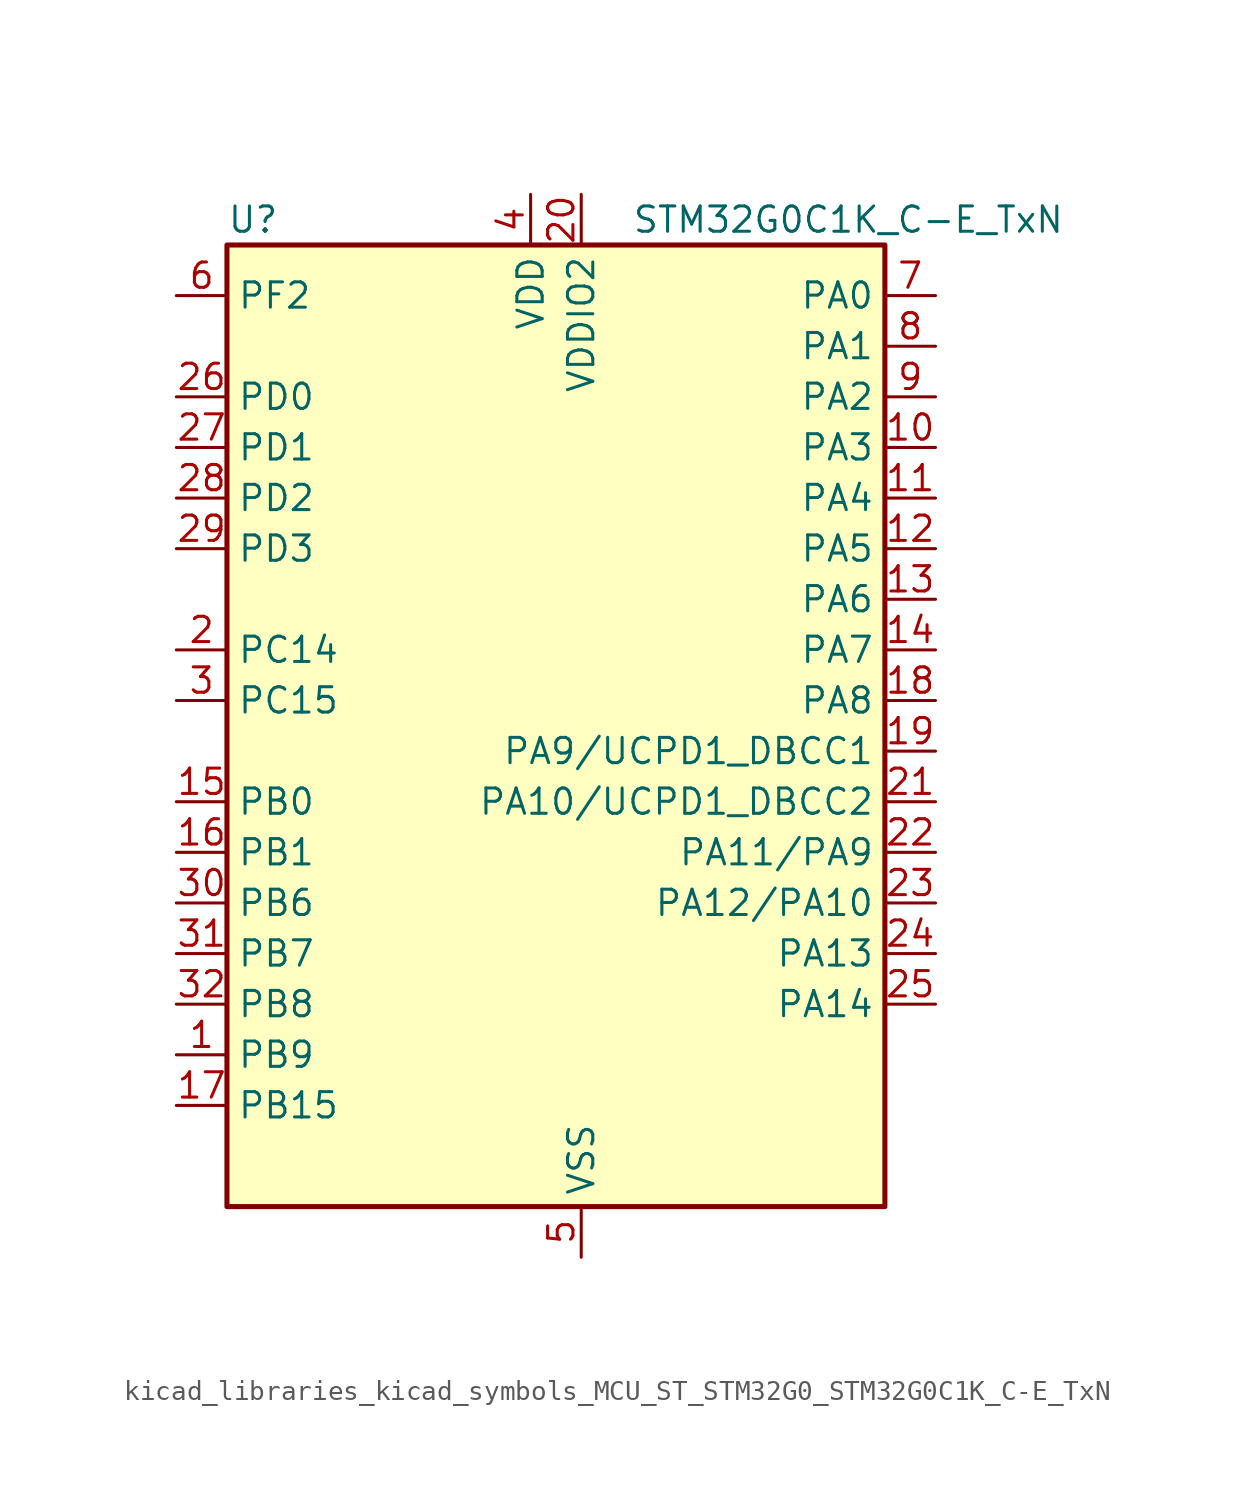
<source format=kicad_sym>
(kicad_symbol_lib
  (version 20220914)
  (generator kicad_symbol_editor)
  (symbol "kicad_libraries_kicad_symbols_MCU_ST_STM32G0_STM32G0C1K_C-E_TxN"
    (property "Reference" "U"
      (at -15.24 26.67 0)
      (effects (font (size 1.27 1.27)) (justify left)))
    (property "Value" "STM32G0C1K_C-E_TxN"
      (at 5.08 26.67 0)
      (effects (font (size 1.27 1.27)) (justify left)))
    (property "ki_locked" ""
      (at 0 0 0)
      (effects (font (size 1.27 1.27))))
    (symbol "kicad_libraries_kicad_symbols_MCU_ST_STM32G0_STM32G0C1K_C-E_TxN_0_1"
      (rectangle (start -15.24 -22.86) (end 17.78 25.4) (stroke (width 0.254) (type default)) (fill (type background))))
    (symbol "kicad_libraries_kicad_symbols_MCU_ST_STM32G0_STM32G0C1K_C-E_TxN_1_1"
      (pin bidirectional line (at -17.78 -15.24 0) (length 2.54) (name "PB9" (effects (font (size 1.27 1.27)))) (number "1" (effects (font (size 1.27 1.27)))) (alternate "DAC1_EXTI9" bidirectional line) (alternate "FDCAN1_TX" bidirectional line) (alternate "I2C1_SDA" bidirectional line) (alternate "I2S2_WS" bidirectional line) (alternate "IR_OUT" bidirectional line) (alternate "SPI2_NSS" bidirectional line) (alternate "TIM17_CH1" bidirectional line) (alternate "TIM4_CH4" bidirectional line) (alternate "UCPD2_FRSTX1" bidirectional line) (alternate "UCPD2_FRSTX2" bidirectional line) (alternate "USART3_RX" bidirectional line) (alternate "USART6_RX" bidirectional line))
      (pin bidirectional line (at 20.32 15.24 180) (length 2.54) (name "PA3" (effects (font (size 1.27 1.27)))) (number "10" (effects (font (size 1.27 1.27)))) (alternate "ADC1_IN3" bidirectional line) (alternate "COMP2_INP" bidirectional line) (alternate "I2S2_MCK" bidirectional line) (alternate "LPUART1_RX" bidirectional line) (alternate "SPI2_MISO" bidirectional line) (alternate "TIM15_CH2" bidirectional line) (alternate "TIM2_CH4" bidirectional line) (alternate "UCPD2_FRSTX1" bidirectional line) (alternate "UCPD2_FRSTX2" bidirectional line) (alternate "USART2_RX" bidirectional line))
      (pin bidirectional line (at 20.32 12.7 180) (length 2.54) (name "PA4" (effects (font (size 1.27 1.27)))) (number "11" (effects (font (size 1.27 1.27)))) (alternate "ADC1_IN4" bidirectional line) (alternate "DAC1_OUT1" bidirectional line) (alternate "I2S1_WS" bidirectional line) (alternate "I2S2_SD" bidirectional line) (alternate "LPTIM2_OUT" bidirectional line) (alternate "RTC_OUT1" bidirectional line) (alternate "RTC_TAMP_IN1" bidirectional line) (alternate "RTC_TS" bidirectional line) (alternate "SPI1_NSS" bidirectional line) (alternate "SPI2_MOSI" bidirectional line) (alternate "SYS_WKUP2" bidirectional line) (alternate "TIM14_CH1" bidirectional line) (alternate "UCPD2_FRSTX1" bidirectional line) (alternate "UCPD2_FRSTX2" bidirectional line) (alternate "USART6_TX" bidirectional line) (alternate "USB_NOE" bidirectional line))
      (pin bidirectional line (at 20.32 10.16 180) (length 2.54) (name "PA5" (effects (font (size 1.27 1.27)))) (number "12" (effects (font (size 1.27 1.27)))) (alternate "ADC1_IN5" bidirectional line) (alternate "CEC" bidirectional line) (alternate "DAC1_OUT2" bidirectional line) (alternate "I2S1_CK" bidirectional line) (alternate "LPTIM2_ETR" bidirectional line) (alternate "SPI1_SCK" bidirectional line) (alternate "TIM2_CH1" bidirectional line) (alternate "TIM2_ETR" bidirectional line) (alternate "UCPD1_FRSTX1" bidirectional line) (alternate "UCPD1_FRSTX2" bidirectional line) (alternate "USART3_TX" bidirectional line) (alternate "USART6_RX" bidirectional line))
      (pin bidirectional line (at 20.32 7.62 180) (length 2.54) (name "PA6" (effects (font (size 1.27 1.27)))) (number "13" (effects (font (size 1.27 1.27)))) (alternate "ADC1_IN6" bidirectional line) (alternate "COMP1_OUT" bidirectional line) (alternate "I2C2_SDA" bidirectional line) (alternate "I2C3_SDA" bidirectional line) (alternate "I2S1_MCK" bidirectional line) (alternate "LPUART1_CTS" bidirectional line) (alternate "SPI1_MISO" bidirectional line) (alternate "TIM16_CH1" bidirectional line) (alternate "TIM1_BK" bidirectional line) (alternate "TIM3_CH1" bidirectional line) (alternate "USART3_CTS" bidirectional line) (alternate "USART3_NSS" bidirectional line) (alternate "USART6_CTS" bidirectional line) (alternate "USART6_NSS" bidirectional line))
      (pin bidirectional line (at 20.32 5.08 180) (length 2.54) (name "PA7" (effects (font (size 1.27 1.27)))) (number "14" (effects (font (size 1.27 1.27)))) (alternate "ADC1_IN7" bidirectional line) (alternate "COMP2_OUT" bidirectional line) (alternate "I2C2_SCL" bidirectional line) (alternate "I2C3_SCL" bidirectional line) (alternate "I2S1_SD" bidirectional line) (alternate "SPI1_MOSI" bidirectional line) (alternate "TIM14_CH1" bidirectional line) (alternate "TIM17_CH1" bidirectional line) (alternate "TIM1_CH1N" bidirectional line) (alternate "TIM3_CH2" bidirectional line) (alternate "UCPD1_FRSTX1" bidirectional line) (alternate "UCPD1_FRSTX2" bidirectional line) (alternate "USART6_CK" bidirectional line) (alternate "USART6_DE" bidirectional line) (alternate "USART6_RTS" bidirectional line))
      (pin bidirectional line (at -17.78 -2.54 0) (length 2.54) (name "PB0" (effects (font (size 1.27 1.27)))) (number "15" (effects (font (size 1.27 1.27)))) (alternate "ADC1_IN8" bidirectional line) (alternate "COMP1_OUT" bidirectional line) (alternate "COMP3_INP" bidirectional line) (alternate "FDCAN2_RX" bidirectional line) (alternate "I2S1_WS" bidirectional line) (alternate "LPTIM1_OUT" bidirectional line) (alternate "LPUART2_CTS" bidirectional line) (alternate "SPI1_NSS" bidirectional line) (alternate "TIM1_CH2N" bidirectional line) (alternate "TIM3_CH3" bidirectional line) (alternate "UCPD1_FRSTX1" bidirectional line) (alternate "UCPD1_FRSTX2" bidirectional line) (alternate "USART3_RX" bidirectional line) (alternate "USART5_TX" bidirectional line))
      (pin bidirectional line (at -17.78 -5.08 0) (length 2.54) (name "PB1" (effects (font (size 1.27 1.27)))) (number "16" (effects (font (size 1.27 1.27)))) (alternate "ADC1_IN9" bidirectional line) (alternate "COMP1_INM" bidirectional line) (alternate "COMP3_OUT" bidirectional line) (alternate "FDCAN2_TX" bidirectional line) (alternate "LPTIM2_IN1" bidirectional line) (alternate "LPUART1_DE" bidirectional line) (alternate "LPUART1_RTS" bidirectional line) (alternate "LPUART2_DE" bidirectional line) (alternate "LPUART2_RTS" bidirectional line) (alternate "TIM14_CH1" bidirectional line) (alternate "TIM1_CH3N" bidirectional line) (alternate "TIM3_CH4" bidirectional line) (alternate "USART3_CK" bidirectional line) (alternate "USART3_DE" bidirectional line) (alternate "USART3_RTS" bidirectional line) (alternate "USART5_RX" bidirectional line))
      (pin bidirectional line (at -17.78 -17.78 0) (length 2.54) (name "PB15" (effects (font (size 1.27 1.27)))) (number "17" (effects (font (size 1.27 1.27)))) (alternate "I2S2_SD" bidirectional line) (alternate "RTC_REFIN" bidirectional line) (alternate "SPI2_MOSI" bidirectional line) (alternate "TIM15_CH1N" bidirectional line) (alternate "TIM15_CH2" bidirectional line) (alternate "TIM1_CH3N" bidirectional line) (alternate "UCPD1_CC2" bidirectional line) (alternate "USART6_CTS" bidirectional line) (alternate "USART6_NSS" bidirectional line))
      (pin bidirectional line (at 20.32 2.54 180) (length 2.54) (name "PA8" (effects (font (size 1.27 1.27)))) (number "18" (effects (font (size 1.27 1.27)))) (alternate "CRS1_SYNC" bidirectional line) (alternate "I2C2_SMBA" bidirectional line) (alternate "I2S2_WS" bidirectional line) (alternate "LPTIM2_OUT" bidirectional line) (alternate "RCC_MCO" bidirectional line) (alternate "SPI2_NSS" bidirectional line) (alternate "TIM1_CH1" bidirectional line) (alternate "UCPD1_CC1" bidirectional line))
      (pin bidirectional line (at 20.32 0 180) (length 2.54) (name "PA9/UCPD1_DBCC1" (effects (font (size 1.27 1.27)))) (number "19" (effects (font (size 1.27 1.27)))) (alternate "DAC1_EXTI9" bidirectional line) (alternate "I2C1_SCL" bidirectional line) (alternate "I2C2_SCL" bidirectional line) (alternate "I2S2_MCK" bidirectional line) (alternate "RCC_MCO" bidirectional line) (alternate "SPI2_MISO" bidirectional line) (alternate "TIM15_BK" bidirectional line) (alternate "TIM1_CH2" bidirectional line) (alternate "UCPD1_DBCC1" bidirectional line) (alternate "USART1_TX" bidirectional line))
      (pin bidirectional line (at -17.78 5.08 0) (length 2.54) (name "PC14" (effects (font (size 1.27 1.27)))) (number "2" (effects (font (size 1.27 1.27)))) (alternate "RCC_OSC32_IN" bidirectional line) (alternate "RCC_OSC_IN" bidirectional line) (alternate "TIM1_BK2" bidirectional line))
      (pin power_in line (at 2.54 27.94 270) (length 2.54) (name "VDDIO2" (effects (font (size 1.27 1.27)))) (number "20" (effects (font (size 1.27 1.27)))))
      (pin bidirectional line (at 20.32 -2.54 180) (length 2.54) (name "PA10/UCPD1_DBCC2" (effects (font (size 1.27 1.27)))) (number "21" (effects (font (size 1.27 1.27)))) (alternate "I2C1_SDA" bidirectional line) (alternate "I2C2_SDA" bidirectional line) (alternate "I2S2_SD" bidirectional line) (alternate "RCC_MCO_2" bidirectional line) (alternate "SPI2_MOSI" bidirectional line) (alternate "TIM17_BK" bidirectional line) (alternate "TIM1_CH3" bidirectional line) (alternate "UCPD1_DBCC2" bidirectional line) (alternate "USART1_RX" bidirectional line))
      (pin bidirectional line (at 20.32 -5.08 180) (length 2.54) (name "PA11/PA9" (effects (font (size 1.27 1.27)))) (number "22" (effects (font (size 1.27 1.27)))) (alternate "ADC1_EXTI11" bidirectional line) (alternate "COMP1_OUT" bidirectional line) (alternate "FDCAN1_RX" bidirectional line) (alternate "I2C2_SCL" bidirectional line) (alternate "I2S1_MCK" bidirectional line) (alternate "SPI1_MISO" bidirectional line) (alternate "TIM1_BK2" bidirectional line) (alternate "TIM1_CH4" bidirectional line) (alternate "USART1_CTS" bidirectional line) (alternate "USART1_NSS" bidirectional line) (alternate "USB_DM" bidirectional line))
      (pin bidirectional line (at 20.32 -7.62 180) (length 2.54) (name "PA12/PA10" (effects (font (size 1.27 1.27)))) (number "23" (effects (font (size 1.27 1.27)))) (alternate "COMP2_OUT" bidirectional line) (alternate "FDCAN1_TX" bidirectional line) (alternate "I2C2_SDA" bidirectional line) (alternate "I2S1_SD" bidirectional line) (alternate "I2S_CKIN" bidirectional line) (alternate "SPI1_MOSI" bidirectional line) (alternate "TIM1_ETR" bidirectional line) (alternate "USART1_CK" bidirectional line) (alternate "USART1_DE" bidirectional line) (alternate "USART1_RTS" bidirectional line) (alternate "USB_DP" bidirectional line))
      (pin bidirectional line (at 20.32 -10.16 180) (length 2.54) (name "PA13" (effects (font (size 1.27 1.27)))) (number "24" (effects (font (size 1.27 1.27)))) (alternate "IR_OUT" bidirectional line) (alternate "LPUART2_RX" bidirectional line) (alternate "SYS_SWDIO" bidirectional line) (alternate "USB_NOE" bidirectional line))
      (pin bidirectional line (at 20.32 -12.7 180) (length 2.54) (name "PA14" (effects (font (size 1.27 1.27)))) (number "25" (effects (font (size 1.27 1.27)))) (alternate "LPUART2_TX" bidirectional line) (alternate "SYS_SWCLK" bidirectional line) (alternate "USART2_TX" bidirectional line))
      (pin bidirectional line (at -17.78 17.78 0) (length 2.54) (name "PD0" (effects (font (size 1.27 1.27)))) (number "26" (effects (font (size 1.27 1.27)))) (alternate "FDCAN1_RX" bidirectional line) (alternate "I2S2_WS" bidirectional line) (alternate "SPI2_NSS" bidirectional line) (alternate "TIM16_CH1" bidirectional line) (alternate "UCPD2_CC1" bidirectional line))
      (pin bidirectional line (at -17.78 15.24 0) (length 2.54) (name "PD1" (effects (font (size 1.27 1.27)))) (number "27" (effects (font (size 1.27 1.27)))) (alternate "FDCAN1_TX" bidirectional line) (alternate "I2S2_CK" bidirectional line) (alternate "SPI2_SCK" bidirectional line) (alternate "TIM17_CH1" bidirectional line) (alternate "UCPD2_DBCC1" bidirectional line))
      (pin bidirectional line (at -17.78 12.7 0) (length 2.54) (name "PD2" (effects (font (size 1.27 1.27)))) (number "28" (effects (font (size 1.27 1.27)))) (alternate "TIM1_CH1N" bidirectional line) (alternate "TIM3_ETR" bidirectional line) (alternate "UCPD2_CC2" bidirectional line) (alternate "USART3_CK" bidirectional line) (alternate "USART3_DE" bidirectional line) (alternate "USART3_RTS" bidirectional line) (alternate "USART5_RX" bidirectional line))
      (pin bidirectional line (at -17.78 10.16 0) (length 2.54) (name "PD3" (effects (font (size 1.27 1.27)))) (number "29" (effects (font (size 1.27 1.27)))) (alternate "I2S2_MCK" bidirectional line) (alternate "SPI2_MISO" bidirectional line) (alternate "TIM1_CH2N" bidirectional line) (alternate "UCPD2_DBCC2" bidirectional line) (alternate "USART2_CTS" bidirectional line) (alternate "USART2_NSS" bidirectional line) (alternate "USART5_TX" bidirectional line))
      (pin bidirectional line (at -17.78 2.54 0) (length 2.54) (name "PC15" (effects (font (size 1.27 1.27)))) (number "3" (effects (font (size 1.27 1.27)))) (alternate "RCC_OSC32_EN" bidirectional line) (alternate "RCC_OSC32_OUT" bidirectional line) (alternate "RCC_OSC_EN" bidirectional line) (alternate "TIM15_BK" bidirectional line))
      (pin bidirectional line (at -17.78 -7.62 0) (length 2.54) (name "PB6" (effects (font (size 1.27 1.27)))) (number "30" (effects (font (size 1.27 1.27)))) (alternate "COMP2_INP" bidirectional line) (alternate "FDCAN2_TX" bidirectional line) (alternate "I2C1_SCL" bidirectional line) (alternate "I2S2_MCK" bidirectional line) (alternate "LPTIM1_ETR" bidirectional line) (alternate "LPUART2_TX" bidirectional line) (alternate "SPI2_MISO" bidirectional line) (alternate "TIM16_CH1N" bidirectional line) (alternate "TIM1_CH3" bidirectional line) (alternate "TIM4_CH1" bidirectional line) (alternate "USART1_TX" bidirectional line) (alternate "USART5_CTS" bidirectional line) (alternate "USART5_NSS" bidirectional line))
      (pin bidirectional line (at -17.78 -10.16 0) (length 2.54) (name "PB7" (effects (font (size 1.27 1.27)))) (number "31" (effects (font (size 1.27 1.27)))) (alternate "COMP2_INM" bidirectional line) (alternate "I2C1_SDA" bidirectional line) (alternate "I2S2_SD" bidirectional line) (alternate "LPTIM1_IN2" bidirectional line) (alternate "LPUART2_RX" bidirectional line) (alternate "SPI2_MOSI" bidirectional line) (alternate "SYS_PVD_IN" bidirectional line) (alternate "TIM17_CH1N" bidirectional line) (alternate "TIM4_CH2" bidirectional line) (alternate "USART1_RX" bidirectional line) (alternate "USART4_CTS" bidirectional line) (alternate "USART4_NSS" bidirectional line))
      (pin bidirectional line (at -17.78 -12.7 0) (length 2.54) (name "PB8" (effects (font (size 1.27 1.27)))) (number "32" (effects (font (size 1.27 1.27)))) (alternate "CEC" bidirectional line) (alternate "FDCAN1_RX" bidirectional line) (alternate "I2C1_SCL" bidirectional line) (alternate "I2S2_CK" bidirectional line) (alternate "SPI2_SCK" bidirectional line) (alternate "TIM15_BK" bidirectional line) (alternate "TIM16_CH1" bidirectional line) (alternate "TIM4_CH3" bidirectional line) (alternate "USART3_TX" bidirectional line) (alternate "USART6_TX" bidirectional line))
      (pin power_in line (at 0 27.94 270) (length 2.54) (name "VDD" (effects (font (size 1.27 1.27)))) (number "4" (effects (font (size 1.27 1.27)))))
      (pin power_in line (at 2.54 -25.4 90) (length 2.54) (name "VSS" (effects (font (size 1.27 1.27)))) (number "5" (effects (font (size 1.27 1.27)))))
      (pin bidirectional line (at -17.78 22.86 0) (length 2.54) (name "PF2" (effects (font (size 1.27 1.27)))) (number "6" (effects (font (size 1.27 1.27)))) (alternate "LPUART2_DE" bidirectional line) (alternate "LPUART2_RTS" bidirectional line) (alternate "LPUART2_TX" bidirectional line) (alternate "RCC_MCO" bidirectional line))
      (pin bidirectional line (at 20.32 22.86 180) (length 2.54) (name "PA0" (effects (font (size 1.27 1.27)))) (number "7" (effects (font (size 1.27 1.27)))) (alternate "ADC1_IN0" bidirectional line) (alternate "COMP1_INM" bidirectional line) (alternate "COMP1_OUT" bidirectional line) (alternate "I2S2_CK" bidirectional line) (alternate "LPTIM1_OUT" bidirectional line) (alternate "RTC_TAMP_IN2" bidirectional line) (alternate "SPI2_SCK" bidirectional line) (alternate "SYS_WKUP1" bidirectional line) (alternate "TIM2_CH1" bidirectional line) (alternate "TIM2_ETR" bidirectional line) (alternate "UCPD2_FRSTX1" bidirectional line) (alternate "UCPD2_FRSTX2" bidirectional line) (alternate "USART2_CTS" bidirectional line) (alternate "USART2_NSS" bidirectional line) (alternate "USART4_TX" bidirectional line))
      (pin bidirectional line (at 20.32 20.32 180) (length 2.54) (name "PA1" (effects (font (size 1.27 1.27)))) (number "8" (effects (font (size 1.27 1.27)))) (alternate "ADC1_IN1" bidirectional line) (alternate "COMP1_INP" bidirectional line) (alternate "I2C1_SMBA" bidirectional line) (alternate "I2S1_CK" bidirectional line) (alternate "SPI1_SCK" bidirectional line) (alternate "TIM15_CH1N" bidirectional line) (alternate "TIM2_CH2" bidirectional line) (alternate "USART2_CK" bidirectional line) (alternate "USART2_DE" bidirectional line) (alternate "USART2_RTS" bidirectional line) (alternate "USART4_RX" bidirectional line))
      (pin bidirectional line (at 20.32 17.78 180) (length 2.54) (name "PA2" (effects (font (size 1.27 1.27)))) (number "9" (effects (font (size 1.27 1.27)))) (alternate "ADC1_IN2" bidirectional line) (alternate "COMP2_INM" bidirectional line) (alternate "COMP2_OUT" bidirectional line) (alternate "I2S1_SD" bidirectional line) (alternate "LPUART1_TX" bidirectional line) (alternate "RCC_LSCO" bidirectional line) (alternate "SPI1_MOSI" bidirectional line) (alternate "SYS_WKUP4" bidirectional line) (alternate "TIM15_CH1" bidirectional line) (alternate "TIM2_CH3" bidirectional line) (alternate "UCPD1_FRSTX1" bidirectional line) (alternate "UCPD1_FRSTX2" bidirectional line) (alternate "USART2_TX" bidirectional line)))))
</source>
